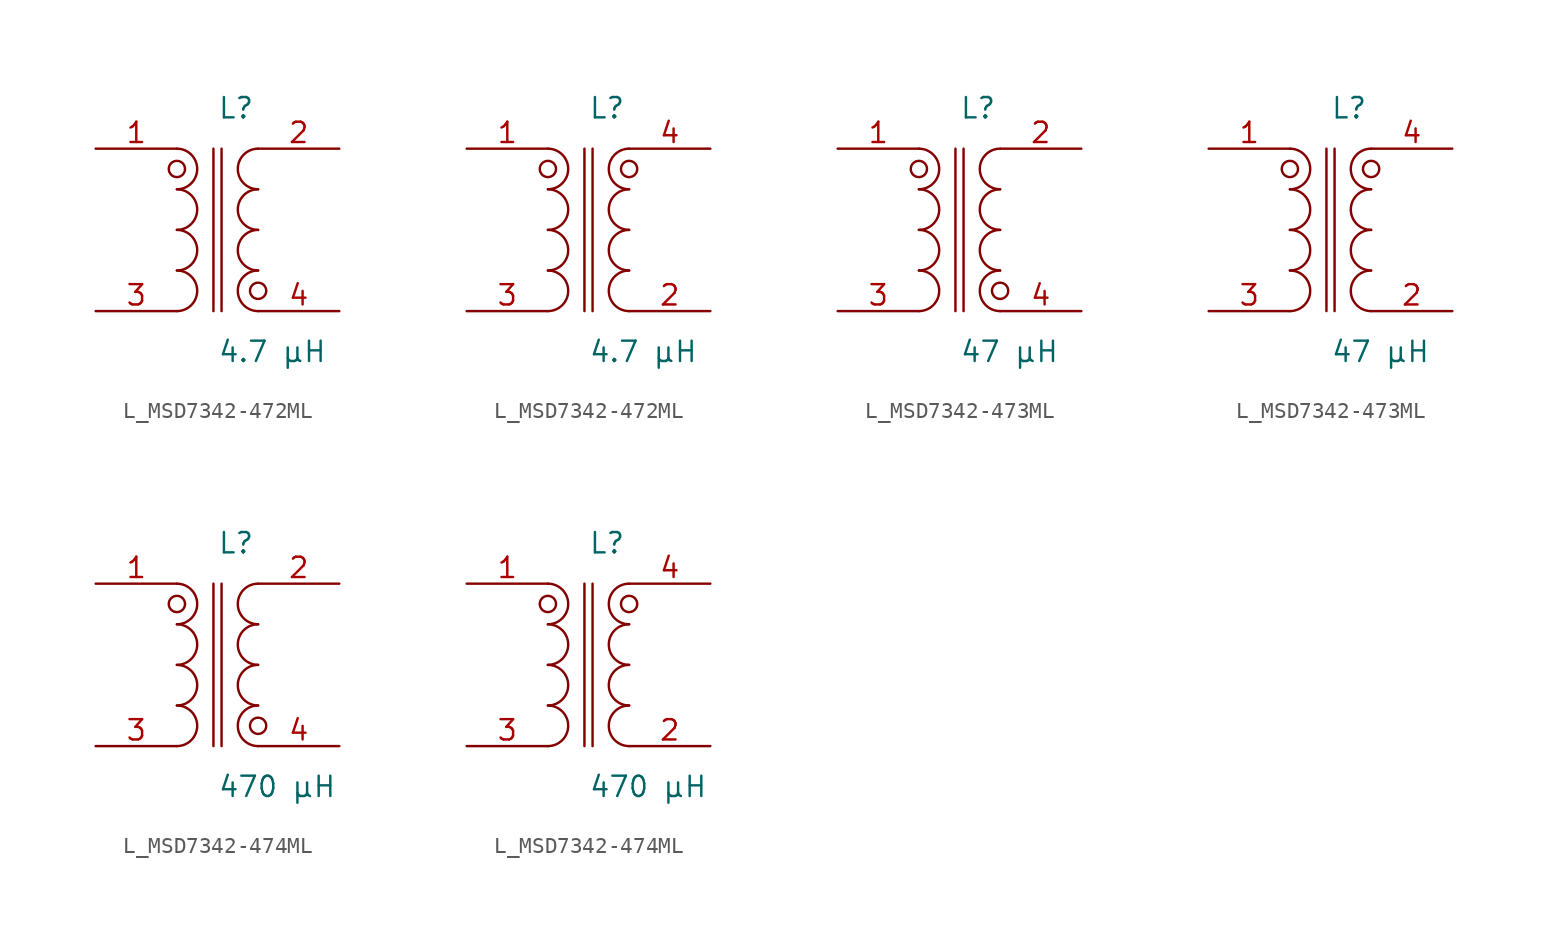
<source format=kicad_sym>
(kicad_symbol_lib
  (version 20231120)
  (generator kicad_symbol_editor)
  (generator_version 8.0)
  (symbol "L_MSD7342-472ML"
    (pin_names
      (offset 0.254))
    (property "Reference" "L"
      (at 0.0 7.62 0)
      (effects (font (size 1.27 1.27)) (justify left)))
    (property "Value" "4.7 µH"
      (at 0.0 -7.62 0)
      (effects (font (size 1.27 1.27)) (justify left)))
    (symbol "L_MSD7342-472ML_1_1"
      (arc (start -2.54 -5.08) (mid -1.27 -3.81) (end -2.54 -2.54) (stroke (width 0) (type default)) (fill (type none)))
      (arc (start -2.54 -2.54) (mid -1.27 -1.27) (end -2.54 0.0) (stroke (width 0) (type default)) (fill (type none)))
      (arc (start -2.54 0.0) (mid -1.27 1.27) (end -2.54 2.54) (stroke (width 0) (type default)) (fill (type none)))
      (arc (start -2.54 2.54) (mid -1.27 3.81) (end -2.54 5.08) (stroke (width 0) (type default)) (fill (type none)))
      (arc (start 2.54 -5.08) (mid 1.27 -3.81) (end 2.54 -2.54) (stroke (width 0) (type default)) (fill (type none)))
      (arc (start 2.54 -2.54) (mid 1.27 -1.27) (end 2.54 0.0) (stroke (width 0) (type default)) (fill (type none)))
      (arc (start 2.54 0.0) (mid 1.27 1.27) (end 2.54 2.54) (stroke (width 0) (type default)) (fill (type none)))
      (arc (start 2.54 2.54) (mid 1.27 3.81) (end 2.54 5.08) (stroke (width 0) (type default)) (fill (type none)))
      (circle (center -2.54 3.81) (radius 0.508) (stroke (width 0) (type default)) (fill (type none)))
      (circle (center 2.54 -3.81) (radius 0.508) (stroke (width 0) (type default)) (fill (type none)))
      (polyline (pts (xy -0.254 5.08) (xy -0.254 -5.08)) (stroke (width 0) (type default)) (fill (type none)))
      (polyline (pts (xy 0.254 5.08) (xy 0.254 -5.08)) (stroke (width 0) (type default)) (fill (type none)))
      (pin unspecified line (at -7.62 5.08 0) (length 5.08) (name "" (effects (font (size 1.27 1.27)))) (number "1" (effects (font (size 1.27 1.27)))))
      (pin unspecified line (at -7.62 -5.08 0) (length 5.08) (name "" (effects (font (size 1.27 1.27)))) (number "3" (effects (font (size 1.27 1.27)))))
      (pin unspecified line (at 7.62 5.08 180) (length 5.08) (name "" (effects (font (size 1.27 1.27)))) (number "2" (effects (font (size 1.27 1.27)))))
      (pin unspecified line (at 7.62 -5.08 180) (length 5.08) (name "" (effects (font (size 1.27 1.27)))) (number "4" (effects (font (size 1.27 1.27))))))
    (symbol "L_MSD7342-472ML_1_2"
      (arc (start -2.54 -5.08) (mid -1.27 -3.81) (end -2.54 -2.54) (stroke (width 0) (type default)) (fill (type none)))
      (arc (start -2.54 -2.54) (mid -1.27 -1.27) (end -2.54 0.0) (stroke (width 0) (type default)) (fill (type none)))
      (arc (start -2.54 0.0) (mid -1.27 1.27) (end -2.54 2.54) (stroke (width 0) (type default)) (fill (type none)))
      (arc (start -2.54 2.54) (mid -1.27 3.81) (end -2.54 5.08) (stroke (width 0) (type default)) (fill (type none)))
      (arc (start 2.54 -5.08) (mid 1.27 -3.81) (end 2.54 -2.54) (stroke (width 0) (type default)) (fill (type none)))
      (arc (start 2.54 -2.54) (mid 1.27 -1.27) (end 2.54 0.0) (stroke (width 0) (type default)) (fill (type none)))
      (arc (start 2.54 0.0) (mid 1.27 1.27) (end 2.54 2.54) (stroke (width 0) (type default)) (fill (type none)))
      (arc (start 2.54 2.54) (mid 1.27 3.81) (end 2.54 5.08) (stroke (width 0) (type default)) (fill (type none)))
      (circle (center -2.54 3.81) (radius 0.508) (stroke (width 0) (type default)) (fill (type none)))
      (circle (center 2.54 3.81) (radius 0.508) (stroke (width 0) (type default)) (fill (type none)))
      (polyline (pts (xy -0.254 5.08) (xy -0.254 -5.08)) (stroke (width 0) (type default)) (fill (type none)))
      (polyline (pts (xy 0.254 5.08) (xy 0.254 -5.08)) (stroke (width 0) (type default)) (fill (type none)))
      (pin unspecified line (at -7.62 5.08 0) (length 5.08) (name "" (effects (font (size 1.27 1.27)))) (number "1" (effects (font (size 1.27 1.27)))))
      (pin unspecified line (at -7.62 -5.08 0) (length 5.08) (name "" (effects (font (size 1.27 1.27)))) (number "3" (effects (font (size 1.27 1.27)))))
      (pin unspecified line (at 7.62 -5.08 180) (length 5.08) (name "" (effects (font (size 1.27 1.27)))) (number "2" (effects (font (size 1.27 1.27)))))
      (pin unspecified line (at 7.62 5.08 180) (length 5.08) (name "" (effects (font (size 1.27 1.27)))) (number "4" (effects (font (size 1.27 1.27)))))))
  (symbol "L_MSD7342-473ML"
    (pin_names
      (offset 0.254))
    (property "Reference" "L"
      (at 0.0 7.62 0)
      (effects (font (size 1.27 1.27)) (justify left)))
    (property "Value" "47 µH"
      (at 0.0 -7.62 0)
      (effects (font (size 1.27 1.27)) (justify left)))
    (symbol "L_MSD7342-473ML_1_1"
      (arc (start -2.54 -5.08) (mid -1.27 -3.81) (end -2.54 -2.54) (stroke (width 0) (type default)) (fill (type none)))
      (arc (start -2.54 -2.54) (mid -1.27 -1.27) (end -2.54 0.0) (stroke (width 0) (type default)) (fill (type none)))
      (arc (start -2.54 0.0) (mid -1.27 1.27) (end -2.54 2.54) (stroke (width 0) (type default)) (fill (type none)))
      (arc (start -2.54 2.54) (mid -1.27 3.81) (end -2.54 5.08) (stroke (width 0) (type default)) (fill (type none)))
      (arc (start 2.54 -5.08) (mid 1.27 -3.81) (end 2.54 -2.54) (stroke (width 0) (type default)) (fill (type none)))
      (arc (start 2.54 -2.54) (mid 1.27 -1.27) (end 2.54 0.0) (stroke (width 0) (type default)) (fill (type none)))
      (arc (start 2.54 0.0) (mid 1.27 1.27) (end 2.54 2.54) (stroke (width 0) (type default)) (fill (type none)))
      (arc (start 2.54 2.54) (mid 1.27 3.81) (end 2.54 5.08) (stroke (width 0) (type default)) (fill (type none)))
      (circle (center -2.54 3.81) (radius 0.508) (stroke (width 0) (type default)) (fill (type none)))
      (circle (center 2.54 -3.81) (radius 0.508) (stroke (width 0) (type default)) (fill (type none)))
      (polyline (pts (xy -0.254 5.08) (xy -0.254 -5.08)) (stroke (width 0) (type default)) (fill (type none)))
      (polyline (pts (xy 0.254 5.08) (xy 0.254 -5.08)) (stroke (width 0) (type default)) (fill (type none)))
      (pin unspecified line (at -7.62 5.08 0) (length 5.08) (name "" (effects (font (size 1.27 1.27)))) (number "1" (effects (font (size 1.27 1.27)))))
      (pin unspecified line (at -7.62 -5.08 0) (length 5.08) (name "" (effects (font (size 1.27 1.27)))) (number "3" (effects (font (size 1.27 1.27)))))
      (pin unspecified line (at 7.62 5.08 180) (length 5.08) (name "" (effects (font (size 1.27 1.27)))) (number "2" (effects (font (size 1.27 1.27)))))
      (pin unspecified line (at 7.62 -5.08 180) (length 5.08) (name "" (effects (font (size 1.27 1.27)))) (number "4" (effects (font (size 1.27 1.27))))))
    (symbol "L_MSD7342-473ML_1_2"
      (arc (start -2.54 -5.08) (mid -1.27 -3.81) (end -2.54 -2.54) (stroke (width 0) (type default)) (fill (type none)))
      (arc (start -2.54 -2.54) (mid -1.27 -1.27) (end -2.54 0.0) (stroke (width 0) (type default)) (fill (type none)))
      (arc (start -2.54 0.0) (mid -1.27 1.27) (end -2.54 2.54) (stroke (width 0) (type default)) (fill (type none)))
      (arc (start -2.54 2.54) (mid -1.27 3.81) (end -2.54 5.08) (stroke (width 0) (type default)) (fill (type none)))
      (arc (start 2.54 -5.08) (mid 1.27 -3.81) (end 2.54 -2.54) (stroke (width 0) (type default)) (fill (type none)))
      (arc (start 2.54 -2.54) (mid 1.27 -1.27) (end 2.54 0.0) (stroke (width 0) (type default)) (fill (type none)))
      (arc (start 2.54 0.0) (mid 1.27 1.27) (end 2.54 2.54) (stroke (width 0) (type default)) (fill (type none)))
      (arc (start 2.54 2.54) (mid 1.27 3.81) (end 2.54 5.08) (stroke (width 0) (type default)) (fill (type none)))
      (circle (center -2.54 3.81) (radius 0.508) (stroke (width 0) (type default)) (fill (type none)))
      (circle (center 2.54 3.81) (radius 0.508) (stroke (width 0) (type default)) (fill (type none)))
      (polyline (pts (xy -0.254 5.08) (xy -0.254 -5.08)) (stroke (width 0) (type default)) (fill (type none)))
      (polyline (pts (xy 0.254 5.08) (xy 0.254 -5.08)) (stroke (width 0) (type default)) (fill (type none)))
      (pin unspecified line (at -7.62 5.08 0) (length 5.08) (name "" (effects (font (size 1.27 1.27)))) (number "1" (effects (font (size 1.27 1.27)))))
      (pin unspecified line (at -7.62 -5.08 0) (length 5.08) (name "" (effects (font (size 1.27 1.27)))) (number "3" (effects (font (size 1.27 1.27)))))
      (pin unspecified line (at 7.62 -5.08 180) (length 5.08) (name "" (effects (font (size 1.27 1.27)))) (number "2" (effects (font (size 1.27 1.27)))))
      (pin unspecified line (at 7.62 5.08 180) (length 5.08) (name "" (effects (font (size 1.27 1.27)))) (number "4" (effects (font (size 1.27 1.27)))))))
  (symbol "L_MSD7342-474ML"
    (pin_names
      (offset 0.254))
    (property "Reference" "L"
      (at 0.0 7.62 0)
      (effects (font (size 1.27 1.27)) (justify left)))
    (property "Value" "470 µH"
      (at 0.0 -7.62 0)
      (effects (font (size 1.27 1.27)) (justify left)))
    (symbol "L_MSD7342-474ML_1_1"
      (arc (start -2.54 -5.08) (mid -1.27 -3.81) (end -2.54 -2.54) (stroke (width 0) (type default)) (fill (type none)))
      (arc (start -2.54 -2.54) (mid -1.27 -1.27) (end -2.54 0.0) (stroke (width 0) (type default)) (fill (type none)))
      (arc (start -2.54 0.0) (mid -1.27 1.27) (end -2.54 2.54) (stroke (width 0) (type default)) (fill (type none)))
      (arc (start -2.54 2.54) (mid -1.27 3.81) (end -2.54 5.08) (stroke (width 0) (type default)) (fill (type none)))
      (arc (start 2.54 -5.08) (mid 1.27 -3.81) (end 2.54 -2.54) (stroke (width 0) (type default)) (fill (type none)))
      (arc (start 2.54 -2.54) (mid 1.27 -1.27) (end 2.54 0.0) (stroke (width 0) (type default)) (fill (type none)))
      (arc (start 2.54 0.0) (mid 1.27 1.27) (end 2.54 2.54) (stroke (width 0) (type default)) (fill (type none)))
      (arc (start 2.54 2.54) (mid 1.27 3.81) (end 2.54 5.08) (stroke (width 0) (type default)) (fill (type none)))
      (circle (center -2.54 3.81) (radius 0.508) (stroke (width 0) (type default)) (fill (type none)))
      (circle (center 2.54 -3.81) (radius 0.508) (stroke (width 0) (type default)) (fill (type none)))
      (polyline (pts (xy -0.254 5.08) (xy -0.254 -5.08)) (stroke (width 0) (type default)) (fill (type none)))
      (polyline (pts (xy 0.254 5.08) (xy 0.254 -5.08)) (stroke (width 0) (type default)) (fill (type none)))
      (pin unspecified line (at -7.62 5.08 0) (length 5.08) (name "" (effects (font (size 1.27 1.27)))) (number "1" (effects (font (size 1.27 1.27)))))
      (pin unspecified line (at -7.62 -5.08 0) (length 5.08) (name "" (effects (font (size 1.27 1.27)))) (number "3" (effects (font (size 1.27 1.27)))))
      (pin unspecified line (at 7.62 5.08 180) (length 5.08) (name "" (effects (font (size 1.27 1.27)))) (number "2" (effects (font (size 1.27 1.27)))))
      (pin unspecified line (at 7.62 -5.08 180) (length 5.08) (name "" (effects (font (size 1.27 1.27)))) (number "4" (effects (font (size 1.27 1.27))))))
    (symbol "L_MSD7342-474ML_1_2"
      (arc (start -2.54 -5.08) (mid -1.27 -3.81) (end -2.54 -2.54) (stroke (width 0) (type default)) (fill (type none)))
      (arc (start -2.54 -2.54) (mid -1.27 -1.27) (end -2.54 0.0) (stroke (width 0) (type default)) (fill (type none)))
      (arc (start -2.54 0.0) (mid -1.27 1.27) (end -2.54 2.54) (stroke (width 0) (type default)) (fill (type none)))
      (arc (start -2.54 2.54) (mid -1.27 3.81) (end -2.54 5.08) (stroke (width 0) (type default)) (fill (type none)))
      (arc (start 2.54 -5.08) (mid 1.27 -3.81) (end 2.54 -2.54) (stroke (width 0) (type default)) (fill (type none)))
      (arc (start 2.54 -2.54) (mid 1.27 -1.27) (end 2.54 0.0) (stroke (width 0) (type default)) (fill (type none)))
      (arc (start 2.54 0.0) (mid 1.27 1.27) (end 2.54 2.54) (stroke (width 0) (type default)) (fill (type none)))
      (arc (start 2.54 2.54) (mid 1.27 3.81) (end 2.54 5.08) (stroke (width 0) (type default)) (fill (type none)))
      (circle (center -2.54 3.81) (radius 0.508) (stroke (width 0) (type default)) (fill (type none)))
      (circle (center 2.54 3.81) (radius 0.508) (stroke (width 0) (type default)) (fill (type none)))
      (polyline (pts (xy -0.254 5.08) (xy -0.254 -5.08)) (stroke (width 0) (type default)) (fill (type none)))
      (polyline (pts (xy 0.254 5.08) (xy 0.254 -5.08)) (stroke (width 0) (type default)) (fill (type none)))
      (pin unspecified line (at -7.62 5.08 0) (length 5.08) (name "" (effects (font (size 1.27 1.27)))) (number "1" (effects (font (size 1.27 1.27)))))
      (pin unspecified line (at -7.62 -5.08 0) (length 5.08) (name "" (effects (font (size 1.27 1.27)))) (number "3" (effects (font (size 1.27 1.27)))))
      (pin unspecified line (at 7.62 -5.08 180) (length 5.08) (name "" (effects (font (size 1.27 1.27)))) (number "2" (effects (font (size 1.27 1.27)))))
      (pin unspecified line (at 7.62 5.08 180) (length 5.08) (name "" (effects (font (size 1.27 1.27)))) (number "4" (effects (font (size 1.27 1.27))))))))
</source>
